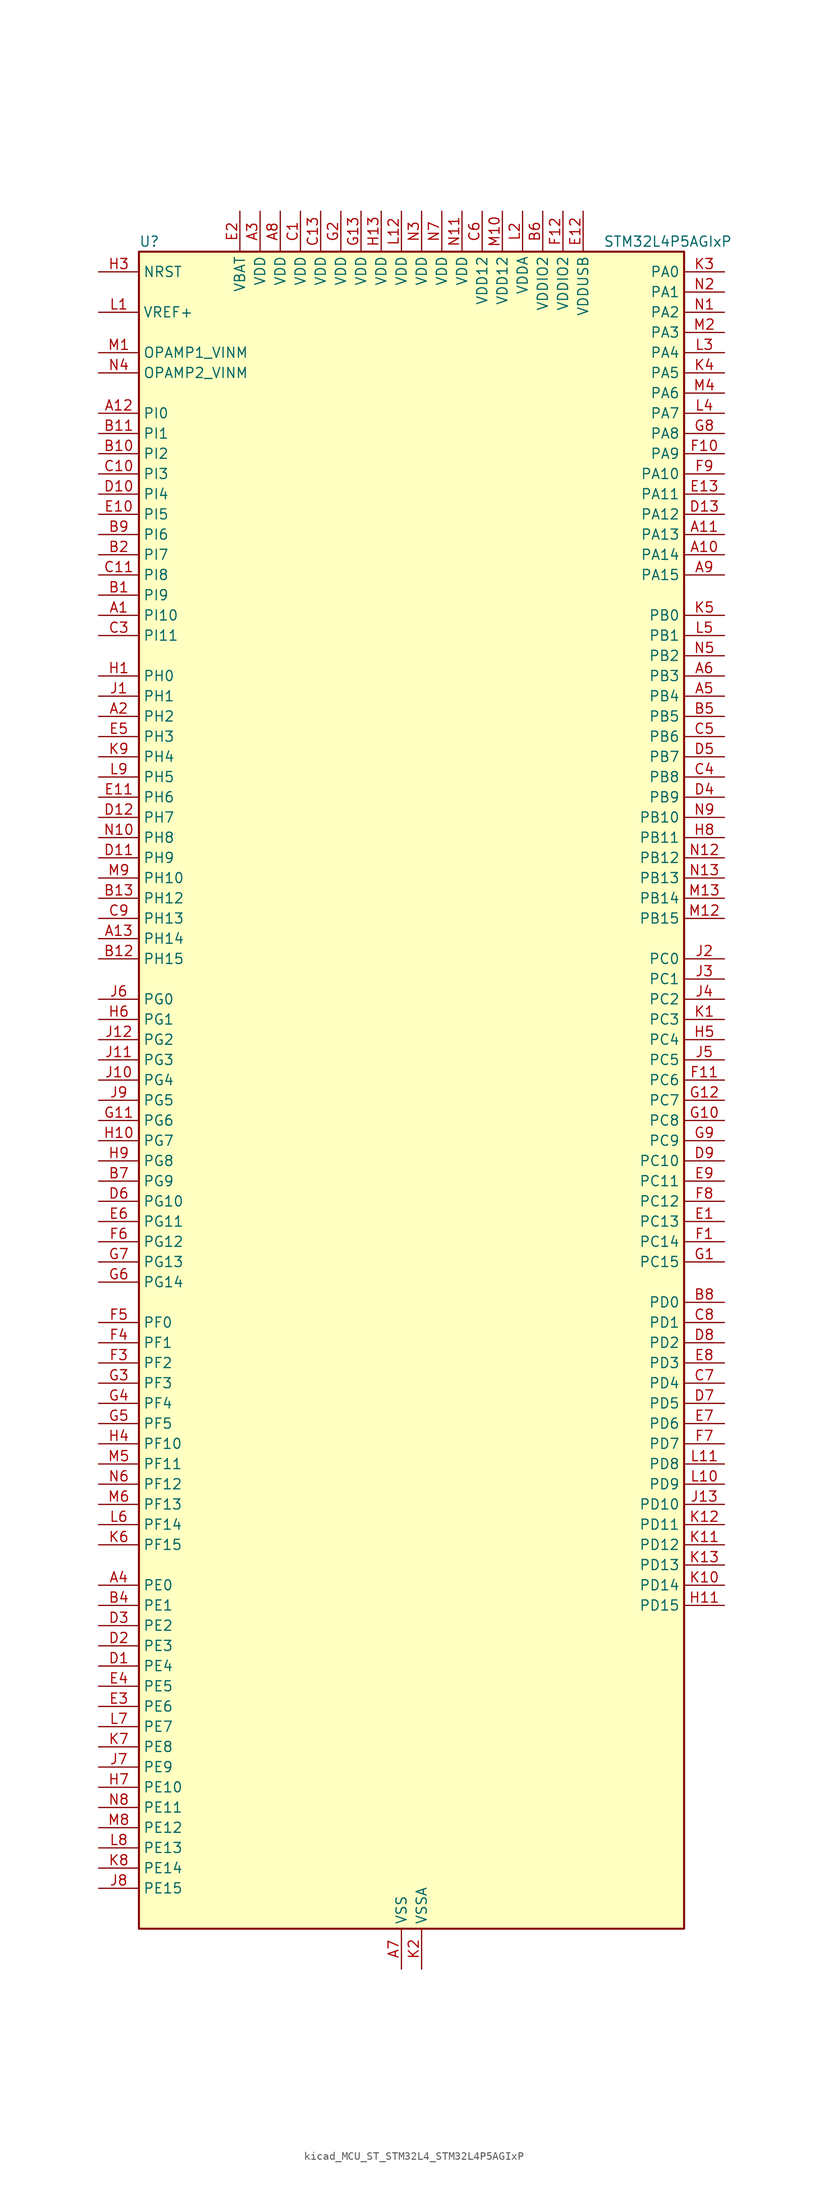
<source format=kicad_sym>
(kicad_symbol_lib
  (version 20220914)
  (generator kicad_symbol_editor)
  (symbol "kicad_MCU_ST_STM32L4_STM32L4P5AGIxP"
    (property "Reference" "U"
      (at -33.02 107.95 0)
      (effects (font (size 1.27 1.27)) (justify left)))
    (property "Value" "STM32L4P5AGIxP"
      (at 25.4 107.95 0)
      (effects (font (size 1.27 1.27)) (justify left)))
    (property "ki_locked" ""
      (at 0 0 0)
      (effects (font (size 1.27 1.27))))
    (symbol "kicad_MCU_ST_STM32L4_STM32L4P5AGIxP_0_1"
      (rectangle (start -33.02 -104.14) (end 35.56 106.68) (stroke (width 0.254) (type default)) (fill (type background))))
    (symbol "kicad_MCU_ST_STM32L4_STM32L4P5AGIxP_1_1"
      (pin bidirectional line (at -38.1 60.96 0) (length 5.08) (name "PI10" (effects (font (size 1.27 1.27)))) (number "A1" (effects (font (size 1.27 1.27)))) (alternate "OCTOSPIM_P2_IO1" bidirectional line) (alternate "PSSI_D14" bidirectional line))
      (pin bidirectional line (at 40.64 68.58 180) (length 5.08) (name "PA14" (effects (font (size 1.27 1.27)))) (number "A10" (effects (font (size 1.27 1.27)))) (alternate "I2C1_SMBA" bidirectional line) (alternate "I2C4_SMBA" bidirectional line) (alternate "LPTIM1_OUT" bidirectional line) (alternate "SAI1_FS_B" bidirectional line) (alternate "SYS_JTCK-SWCLK" bidirectional line) (alternate "USB_OTG_FS_SOF" bidirectional line))
      (pin bidirectional line (at 40.64 71.12 180) (length 5.08) (name "PA13" (effects (font (size 1.27 1.27)))) (number "A11" (effects (font (size 1.27 1.27)))) (alternate "IR_OUT" bidirectional line) (alternate "SAI1_SD_B" bidirectional line) (alternate "SYS_JTMS-SWDIO" bidirectional line) (alternate "USB_OTG_FS_NOE" bidirectional line))
      (pin bidirectional line (at -38.1 86.36 0) (length 5.08) (name "PI0" (effects (font (size 1.27 1.27)))) (number "A12" (effects (font (size 1.27 1.27)))) (alternate "DCMI_D13" bidirectional line) (alternate "OCTOSPIM_P1_IO5" bidirectional line) (alternate "PSSI_D13" bidirectional line) (alternate "SPI2_NSS" bidirectional line) (alternate "TIM5_CH4" bidirectional line))
      (pin bidirectional line (at -38.1 20.32 0) (length 5.08) (name "PH14" (effects (font (size 1.27 1.27)))) (number "A13" (effects (font (size 1.27 1.27)))) (alternate "DCMI_D4" bidirectional line) (alternate "PSSI_D4" bidirectional line) (alternate "TIM8_CH2N" bidirectional line))
      (pin bidirectional line (at -38.1 48.26 0) (length 5.08) (name "PH2" (effects (font (size 1.27 1.27)))) (number "A2" (effects (font (size 1.27 1.27)))) (alternate "OCTOSPIM_P1_IO4" bidirectional line))
      (pin power_in line (at -17.78 111.76 270) (length 5.08) (name "VDD" (effects (font (size 1.27 1.27)))) (number "A3" (effects (font (size 1.27 1.27)))))
      (pin bidirectional line (at -38.1 -60.96 0) (length 5.08) (name "PE0" (effects (font (size 1.27 1.27)))) (number "A4" (effects (font (size 1.27 1.27)))) (alternate "DCMI_D2" bidirectional line) (alternate "FMC_NBL0" bidirectional line) (alternate "LTDC_HSYNC" bidirectional line) (alternate "PSSI_D2" bidirectional line) (alternate "TIM16_CH1" bidirectional line) (alternate "TIM4_ETR" bidirectional line))
      (pin bidirectional line (at 40.64 50.8 180) (length 5.08) (name "PB4" (effects (font (size 1.27 1.27)))) (number "A5" (effects (font (size 1.27 1.27)))) (alternate "COMP2_INP" bidirectional line) (alternate "DCMI_D12" bidirectional line) (alternate "I2C3_SDA" bidirectional line) (alternate "OCTOSPIM_P1_IO5" bidirectional line) (alternate "PSSI_D12" bidirectional line) (alternate "SAI1_MCLK_B" bidirectional line) (alternate "SDMMC2_D3" bidirectional line) (alternate "SPI1_MISO" bidirectional line) (alternate "SPI3_MISO" bidirectional line) (alternate "SYS_JTRST" bidirectional line) (alternate "TIM17_BKIN" bidirectional line) (alternate "TIM3_CH1" bidirectional line) (alternate "TSC_G2_IO1" bidirectional line) (alternate "UART5_DE" bidirectional line) (alternate "UART5_RTS" bidirectional line) (alternate "USART1_CTS" bidirectional line) (alternate "USART1_NSS" bidirectional line))
      (pin bidirectional line (at 40.64 53.34 180) (length 5.08) (name "PB3" (effects (font (size 1.27 1.27)))) (number "A6" (effects (font (size 1.27 1.27)))) (alternate "COMP2_INM" bidirectional line) (alternate "CRS_SYNC" bidirectional line) (alternate "OCTOSPIM_P1_IO4" bidirectional line) (alternate "SAI1_SCK_B" bidirectional line) (alternate "SDMMC2_D2" bidirectional line) (alternate "SPI1_SCK" bidirectional line) (alternate "SPI3_SCK" bidirectional line) (alternate "SYS_JTDO-SWO" bidirectional line) (alternate "TIM2_CH2" bidirectional line) (alternate "USART1_DE" bidirectional line) (alternate "USART1_RTS" bidirectional line))
      (pin power_in line (at 0 -109.22 90) (length 5.08) (name "VSS" (effects (font (size 1.27 1.27)))) (number "A7" (effects (font (size 1.27 1.27)))))
      (pin power_in line (at -15.24 111.76 270) (length 5.08) (name "VDD" (effects (font (size 1.27 1.27)))) (number "A8" (effects (font (size 1.27 1.27)))))
      (pin bidirectional line (at 40.64 66.04 180) (length 5.08) (name "PA15" (effects (font (size 1.27 1.27)))) (number "A9" (effects (font (size 1.27 1.27)))) (alternate "ADC1_EXTI15" bidirectional line) (alternate "ADC2_EXTI15" bidirectional line) (alternate "LTDC_HSYNC" bidirectional line) (alternate "SAI2_FS_B" bidirectional line) (alternate "SPI1_NSS" bidirectional line) (alternate "SPI3_NSS" bidirectional line) (alternate "SYS_JTDI" bidirectional line) (alternate "TIM2_CH1" bidirectional line) (alternate "TIM2_ETR" bidirectional line) (alternate "TSC_G3_IO1" bidirectional line) (alternate "UART4_DE" bidirectional line) (alternate "UART4_RTS" bidirectional line) (alternate "USART2_RX" bidirectional line) (alternate "USART3_DE" bidirectional line) (alternate "USART3_RTS" bidirectional line))
      (pin bidirectional line (at -38.1 63.5 0) (length 5.08) (name "PI9" (effects (font (size 1.27 1.27)))) (number "B1" (effects (font (size 1.27 1.27)))) (alternate "CAN1_RX" bidirectional line) (alternate "DAC1_EXTI9" bidirectional line) (alternate "OCTOSPIM_P2_IO2" bidirectional line))
      (pin bidirectional line (at -38.1 81.28 0) (length 5.08) (name "PI2" (effects (font (size 1.27 1.27)))) (number "B10" (effects (font (size 1.27 1.27)))) (alternate "DCMI_D9" bidirectional line) (alternate "PSSI_D9" bidirectional line) (alternate "SPI2_MISO" bidirectional line) (alternate "TIM8_CH4" bidirectional line))
      (pin bidirectional line (at -38.1 83.82 0) (length 5.08) (name "PI1" (effects (font (size 1.27 1.27)))) (number "B11" (effects (font (size 1.27 1.27)))) (alternate "DCMI_D8" bidirectional line) (alternate "PSSI_D8" bidirectional line) (alternate "SPI2_SCK" bidirectional line))
      (pin bidirectional line (at -38.1 17.78 0) (length 5.08) (name "PH15" (effects (font (size 1.27 1.27)))) (number "B12" (effects (font (size 1.27 1.27)))) (alternate "ADC1_EXTI15" bidirectional line) (alternate "ADC2_EXTI15" bidirectional line) (alternate "DCMI_D11" bidirectional line) (alternate "OCTOSPIM_P2_IO6" bidirectional line) (alternate "PSSI_D11" bidirectional line) (alternate "TIM8_CH3N" bidirectional line))
      (pin bidirectional line (at -38.1 25.4 0) (length 5.08) (name "PH12" (effects (font (size 1.27 1.27)))) (number "B13" (effects (font (size 1.27 1.27)))) (alternate "DCMI_D3" bidirectional line) (alternate "OCTOSPIM_P2_IO7" bidirectional line) (alternate "PSSI_D3" bidirectional line) (alternate "TIM5_CH3" bidirectional line))
      (pin bidirectional line (at -38.1 68.58 0) (length 5.08) (name "PI7" (effects (font (size 1.27 1.27)))) (number "B2" (effects (font (size 1.27 1.27)))) (alternate "DCMI_D7" bidirectional line) (alternate "OCTOSPIM_P2_NCLK" bidirectional line) (alternate "PSSI_D7" bidirectional line) (alternate "TIM8_CH3" bidirectional line))
      (pin passive line (at 0 -109.22 90) (length 5.08) hide (name "VSS" (effects (font (size 1.27 1.27)))) (number "B3" (effects (font (size 1.27 1.27)))))
      (pin bidirectional line (at -38.1 -63.5 0) (length 5.08) (name "PE1" (effects (font (size 1.27 1.27)))) (number "B4" (effects (font (size 1.27 1.27)))) (alternate "DCMI_D3" bidirectional line) (alternate "FMC_NBL1" bidirectional line) (alternate "LTDC_VSYNC" bidirectional line) (alternate "PSSI_D3" bidirectional line) (alternate "TIM17_CH1" bidirectional line))
      (pin bidirectional line (at 40.64 48.26 180) (length 5.08) (name "PB5" (effects (font (size 1.27 1.27)))) (number "B5" (effects (font (size 1.27 1.27)))) (alternate "COMP2_OUT" bidirectional line) (alternate "DCMI_D10" bidirectional line) (alternate "I2C1_SMBA" bidirectional line) (alternate "LPTIM1_IN1" bidirectional line) (alternate "OCTOSPIM_P1_IO0" bidirectional line) (alternate "PSSI_D10" bidirectional line) (alternate "SAI1_SD_B" bidirectional line) (alternate "SPI1_MOSI" bidirectional line) (alternate "SPI3_MOSI" bidirectional line) (alternate "TIM16_BKIN" bidirectional line) (alternate "TIM3_CH2" bidirectional line) (alternate "TSC_G2_IO2" bidirectional line) (alternate "UART5_CTS" bidirectional line) (alternate "USART1_CK" bidirectional line))
      (pin power_in line (at 17.78 111.76 270) (length 5.08) (name "VDDIO2" (effects (font (size 1.27 1.27)))) (number "B6" (effects (font (size 1.27 1.27)))))
      (pin bidirectional line (at -38.1 -10.16 0) (length 5.08) (name "PG9" (effects (font (size 1.27 1.27)))) (number "B7" (effects (font (size 1.27 1.27)))) (alternate "DAC1_EXTI9" bidirectional line) (alternate "FMC_NCE" bidirectional line) (alternate "FMC_NE2" bidirectional line) (alternate "OCTOSPIM_P2_IO6" bidirectional line) (alternate "SAI2_SCK_A" bidirectional line) (alternate "SDMMC2_D0" bidirectional line) (alternate "SPI3_SCK" bidirectional line) (alternate "TIM15_CH1N" bidirectional line) (alternate "USART1_TX" bidirectional line))
      (pin bidirectional line (at 40.64 -25.4 180) (length 5.08) (name "PD0" (effects (font (size 1.27 1.27)))) (number "B8" (effects (font (size 1.27 1.27)))) (alternate "CAN1_RX" bidirectional line) (alternate "FMC_D2" bidirectional line) (alternate "FMC_DA2" bidirectional line) (alternate "LTDC_B4" bidirectional line) (alternate "SPI2_NSS" bidirectional line))
      (pin bidirectional line (at -38.1 71.12 0) (length 5.08) (name "PI6" (effects (font (size 1.27 1.27)))) (number "B9" (effects (font (size 1.27 1.27)))) (alternate "DCMI_D6" bidirectional line) (alternate "OCTOSPIM_P2_CLK" bidirectional line) (alternate "PSSI_D6" bidirectional line) (alternate "TIM8_CH2" bidirectional line))
      (pin power_in line (at -12.7 111.76 270) (length 5.08) (name "VDD" (effects (font (size 1.27 1.27)))) (number "C1" (effects (font (size 1.27 1.27)))))
      (pin bidirectional line (at -38.1 78.74 0) (length 5.08) (name "PI3" (effects (font (size 1.27 1.27)))) (number "C10" (effects (font (size 1.27 1.27)))) (alternate "DCMI_D10" bidirectional line) (alternate "PSSI_D10" bidirectional line) (alternate "SPI2_MOSI" bidirectional line) (alternate "TIM8_ETR" bidirectional line))
      (pin bidirectional line (at -38.1 66.04 0) (length 5.08) (name "PI8" (effects (font (size 1.27 1.27)))) (number "C11" (effects (font (size 1.27 1.27)))) (alternate "DCMI_D12" bidirectional line) (alternate "OCTOSPIM_P2_NCS" bidirectional line) (alternate "PSSI_D12" bidirectional line))
      (pin passive line (at 0 -109.22 90) (length 5.08) hide (name "VSS" (effects (font (size 1.27 1.27)))) (number "C12" (effects (font (size 1.27 1.27)))))
      (pin power_in line (at -10.16 111.76 270) (length 5.08) (name "VDD" (effects (font (size 1.27 1.27)))) (number "C13" (effects (font (size 1.27 1.27)))))
      (pin passive line (at 0 -109.22 90) (length 5.08) hide (name "VSS" (effects (font (size 1.27 1.27)))) (number "C2" (effects (font (size 1.27 1.27)))))
      (pin bidirectional line (at -38.1 58.42 0) (length 5.08) (name "PI11" (effects (font (size 1.27 1.27)))) (number "C3" (effects (font (size 1.27 1.27)))) (alternate "ADC1_EXTI11" bidirectional line) (alternate "ADC2_EXTI11" bidirectional line) (alternate "OCTOSPIM_P2_IO0" bidirectional line) (alternate "PSSI_D15" bidirectional line))
      (pin bidirectional line (at 40.64 40.64 180) (length 5.08) (name "PB8" (effects (font (size 1.27 1.27)))) (number "C4" (effects (font (size 1.27 1.27)))) (alternate "CAN1_RX" bidirectional line) (alternate "DCMI_D6" bidirectional line) (alternate "DFSDM1_CKOUT" bidirectional line) (alternate "I2C1_SCL" bidirectional line) (alternate "LTDC_DE" bidirectional line) (alternate "PSSI_D6" bidirectional line) (alternate "SAI1_CK1" bidirectional line) (alternate "SAI1_MCLK_A" bidirectional line) (alternate "SDMMC1_CKIN" bidirectional line) (alternate "SDMMC1_D4" bidirectional line) (alternate "SDMMC2_D4" bidirectional line) (alternate "TIM16_CH1" bidirectional line) (alternate "TIM4_CH3" bidirectional line))
      (pin bidirectional line (at 40.64 45.72 180) (length 5.08) (name "PB6" (effects (font (size 1.27 1.27)))) (number "C5" (effects (font (size 1.27 1.27)))) (alternate "COMP2_INP" bidirectional line) (alternate "DCMI_D5" bidirectional line) (alternate "I2C1_SCL" bidirectional line) (alternate "I2C4_SCL" bidirectional line) (alternate "LPTIM1_ETR" bidirectional line) (alternate "LTDC_R6" bidirectional line) (alternate "PSSI_D5" bidirectional line) (alternate "SAI1_FS_B" bidirectional line) (alternate "TIM16_CH1N" bidirectional line) (alternate "TIM4_CH1" bidirectional line) (alternate "TIM8_BKIN2" bidirectional line) (alternate "TSC_G2_IO3" bidirectional line) (alternate "USART1_TX" bidirectional line))
      (pin power_in line (at 10.16 111.76 270) (length 5.08) (name "VDD12" (effects (font (size 1.27 1.27)))) (number "C6" (effects (font (size 1.27 1.27)))))
      (pin bidirectional line (at 40.64 -35.56 180) (length 5.08) (name "PD4" (effects (font (size 1.27 1.27)))) (number "C7" (effects (font (size 1.27 1.27)))) (alternate "DFSDM1_CKIN0" bidirectional line) (alternate "FMC_NOE" bidirectional line) (alternate "OCTOSPIM_P1_IO4" bidirectional line) (alternate "SDMMC2_CKIN" bidirectional line) (alternate "SPI2_MOSI" bidirectional line) (alternate "USART2_DE" bidirectional line) (alternate "USART2_RTS" bidirectional line))
      (pin bidirectional line (at 40.64 -27.94 180) (length 5.08) (name "PD1" (effects (font (size 1.27 1.27)))) (number "C8" (effects (font (size 1.27 1.27)))) (alternate "CAN1_TX" bidirectional line) (alternate "FMC_D3" bidirectional line) (alternate "FMC_DA3" bidirectional line) (alternate "LTDC_B5" bidirectional line) (alternate "SPI2_SCK" bidirectional line))
      (pin bidirectional line (at -38.1 22.86 0) (length 5.08) (name "PH13" (effects (font (size 1.27 1.27)))) (number "C9" (effects (font (size 1.27 1.27)))) (alternate "CAN1_TX" bidirectional line) (alternate "TIM8_CH1N" bidirectional line))
      (pin bidirectional line (at -38.1 -71.12 0) (length 5.08) (name "PE4" (effects (font (size 1.27 1.27)))) (number "D1" (effects (font (size 1.27 1.27)))) (alternate "DCMI_D4" bidirectional line) (alternate "DFSDM1_DATIN3" bidirectional line) (alternate "FMC_A20" bidirectional line) (alternate "LTDC_B7" bidirectional line) (alternate "PSSI_D4" bidirectional line) (alternate "SAI1_D2" bidirectional line) (alternate "SAI1_FS_A" bidirectional line) (alternate "SYS_TRACED1" bidirectional line) (alternate "TIM3_CH2" bidirectional line) (alternate "TSC_G7_IO3" bidirectional line))
      (pin bidirectional line (at -38.1 76.2 0) (length 5.08) (name "PI4" (effects (font (size 1.27 1.27)))) (number "D10" (effects (font (size 1.27 1.27)))) (alternate "DCMI_D5" bidirectional line) (alternate "PSSI_D5" bidirectional line) (alternate "TIM8_BKIN" bidirectional line))
      (pin bidirectional line (at -38.1 30.48 0) (length 5.08) (name "PH9" (effects (font (size 1.27 1.27)))) (number "D11" (effects (font (size 1.27 1.27)))) (alternate "DAC1_EXTI9" bidirectional line) (alternate "DCMI_D0" bidirectional line) (alternate "I2C3_SMBA" bidirectional line) (alternate "OCTOSPIM_P2_IO4" bidirectional line) (alternate "PSSI_D0" bidirectional line))
      (pin bidirectional line (at -38.1 35.56 0) (length 5.08) (name "PH7" (effects (font (size 1.27 1.27)))) (number "D12" (effects (font (size 1.27 1.27)))) (alternate "DCMI_D9" bidirectional line) (alternate "I2C3_SCL" bidirectional line) (alternate "OCTOSPIM_P2_NCLK" bidirectional line) (alternate "PSSI_D9" bidirectional line))
      (pin bidirectional line (at 40.64 73.66 180) (length 5.08) (name "PA12" (effects (font (size 1.27 1.27)))) (number "D13" (effects (font (size 1.27 1.27)))) (alternate "CAN1_TX" bidirectional line) (alternate "LTDC_VSYNC" bidirectional line) (alternate "OCTOSPIM_P2_NCS" bidirectional line) (alternate "SPI1_MOSI" bidirectional line) (alternate "TIM1_ETR" bidirectional line) (alternate "USART1_DE" bidirectional line) (alternate "USART1_RTS" bidirectional line) (alternate "USB_OTG_FS_DP" bidirectional line))
      (pin bidirectional line (at -38.1 -68.58 0) (length 5.08) (name "PE3" (effects (font (size 1.27 1.27)))) (number "D2" (effects (font (size 1.27 1.27)))) (alternate "FMC_A19" bidirectional line) (alternate "LTDC_R6" bidirectional line) (alternate "OCTOSPIM_P1_DQS" bidirectional line) (alternate "SAI1_SD_B" bidirectional line) (alternate "SYS_TRACED0" bidirectional line) (alternate "TIM3_CH1" bidirectional line) (alternate "TSC_G7_IO2" bidirectional line))
      (pin bidirectional line (at -38.1 -66.04 0) (length 5.08) (name "PE2" (effects (font (size 1.27 1.27)))) (number "D3" (effects (font (size 1.27 1.27)))) (alternate "FMC_A23" bidirectional line) (alternate "LTDC_R7" bidirectional line) (alternate "SAI1_CK1" bidirectional line) (alternate "SAI1_MCLK_A" bidirectional line) (alternate "SYS_TRACECLK" bidirectional line) (alternate "TIM3_ETR" bidirectional line) (alternate "TSC_G7_IO1" bidirectional line))
      (pin bidirectional line (at 40.64 38.1 180) (length 5.08) (name "PB9" (effects (font (size 1.27 1.27)))) (number "D4" (effects (font (size 1.27 1.27)))) (alternate "CAN1_TX" bidirectional line) (alternate "DAC1_EXTI9" bidirectional line) (alternate "DCMI_D7" bidirectional line) (alternate "I2C1_SDA" bidirectional line) (alternate "IR_OUT" bidirectional line) (alternate "PSSI_D7" bidirectional line) (alternate "SAI1_D2" bidirectional line) (alternate "SAI1_FS_A" bidirectional line) (alternate "SDMMC1_CDIR" bidirectional line) (alternate "SDMMC1_D5" bidirectional line) (alternate "SDMMC2_D5" bidirectional line) (alternate "SPI2_NSS" bidirectional line) (alternate "TIM17_CH1" bidirectional line) (alternate "TIM4_CH4" bidirectional line))
      (pin bidirectional line (at 40.64 43.18 180) (length 5.08) (name "PB7" (effects (font (size 1.27 1.27)))) (number "D5" (effects (font (size 1.27 1.27)))) (alternate "COMP2_INM" bidirectional line) (alternate "DCMI_VSYNC" bidirectional line) (alternate "FMC_NL" bidirectional line) (alternate "I2C1_SDA" bidirectional line) (alternate "I2C4_SDA" bidirectional line) (alternate "LPTIM1_IN2" bidirectional line) (alternate "LTDC_VSYNC" bidirectional line) (alternate "PSSI_RDY" bidirectional line) (alternate "SYS_PVD_IN" bidirectional line) (alternate "TIM17_CH1N" bidirectional line) (alternate "TIM4_CH2" bidirectional line) (alternate "TIM8_BKIN" bidirectional line) (alternate "TSC_G2_IO4" bidirectional line) (alternate "UART4_CTS" bidirectional line) (alternate "USART1_RX" bidirectional line))
      (pin bidirectional line (at -38.1 -12.7 0) (length 5.08) (name "PG10" (effects (font (size 1.27 1.27)))) (number "D6" (effects (font (size 1.27 1.27)))) (alternate "FMC_NE3" bidirectional line) (alternate "LPTIM1_IN1" bidirectional line) (alternate "OCTOSPIM_P2_IO7" bidirectional line) (alternate "SAI2_FS_A" bidirectional line) (alternate "SDMMC2_D1" bidirectional line) (alternate "SPI3_MISO" bidirectional line) (alternate "TIM15_CH1" bidirectional line) (alternate "USART1_RX" bidirectional line))
      (pin bidirectional line (at 40.64 -38.1 180) (length 5.08) (name "PD5" (effects (font (size 1.27 1.27)))) (number "D7" (effects (font (size 1.27 1.27)))) (alternate "FMC_NWE" bidirectional line) (alternate "OCTOSPIM_P1_IO5" bidirectional line) (alternate "USART2_TX" bidirectional line))
      (pin bidirectional line (at 40.64 -30.48 180) (length 5.08) (name "PD2" (effects (font (size 1.27 1.27)))) (number "D8" (effects (font (size 1.27 1.27)))) (alternate "DCMI_D11" bidirectional line) (alternate "PSSI_D11" bidirectional line) (alternate "SDMMC1_CMD" bidirectional line) (alternate "SYS_TRACED2" bidirectional line) (alternate "TIM3_ETR" bidirectional line) (alternate "TSC_SYNC" bidirectional line) (alternate "UART5_RX" bidirectional line) (alternate "USART3_DE" bidirectional line) (alternate "USART3_RTS" bidirectional line))
      (pin bidirectional line (at 40.64 -7.62 180) (length 5.08) (name "PC10" (effects (font (size 1.27 1.27)))) (number "D9" (effects (font (size 1.27 1.27)))) (alternate "DCMI_D8" bidirectional line) (alternate "DCMI_VSYNC" bidirectional line) (alternate "PSSI_D8" bidirectional line) (alternate "PSSI_RDY" bidirectional line) (alternate "SAI2_SCK_B" bidirectional line) (alternate "SDMMC1_D2" bidirectional line) (alternate "SPI3_SCK" bidirectional line) (alternate "SYS_TRACED1" bidirectional line) (alternate "TSC_G3_IO2" bidirectional line) (alternate "UART4_TX" bidirectional line) (alternate "USART3_TX" bidirectional line))
      (pin bidirectional line (at 40.64 -15.24 180) (length 5.08) (name "PC13" (effects (font (size 1.27 1.27)))) (number "E1" (effects (font (size 1.27 1.27)))) (alternate "RTC_OUT1" bidirectional line) (alternate "RTC_TAMP1" bidirectional line) (alternate "RTC_TS" bidirectional line) (alternate "SYS_WKUP2" bidirectional line))
      (pin bidirectional line (at -38.1 73.66 0) (length 5.08) (name "PI5" (effects (font (size 1.27 1.27)))) (number "E10" (effects (font (size 1.27 1.27)))) (alternate "DCMI_VSYNC" bidirectional line) (alternate "OCTOSPIM_P2_NCS" bidirectional line) (alternate "PSSI_RDY" bidirectional line) (alternate "TIM8_CH1" bidirectional line))
      (pin bidirectional line (at -38.1 38.1 0) (length 5.08) (name "PH6" (effects (font (size 1.27 1.27)))) (number "E11" (effects (font (size 1.27 1.27)))) (alternate "DCMI_D8" bidirectional line) (alternate "I2C2_SMBA" bidirectional line) (alternate "OCTOSPIM_P2_CLK" bidirectional line) (alternate "PSSI_D8" bidirectional line))
      (pin power_in line (at 22.86 111.76 270) (length 5.08) (name "VDDUSB" (effects (font (size 1.27 1.27)))) (number "E12" (effects (font (size 1.27 1.27)))))
      (pin bidirectional line (at 40.64 76.2 180) (length 5.08) (name "PA11" (effects (font (size 1.27 1.27)))) (number "E13" (effects (font (size 1.27 1.27)))) (alternate "ADC1_EXTI11" bidirectional line) (alternate "ADC2_EXTI11" bidirectional line) (alternate "CAN1_RX" bidirectional line) (alternate "LTDC_DE" bidirectional line) (alternate "SPI1_MISO" bidirectional line) (alternate "TIM1_BKIN2" bidirectional line) (alternate "TIM1_CH4" bidirectional line) (alternate "USART1_CTS" bidirectional line) (alternate "USART1_NSS" bidirectional line) (alternate "USB_OTG_FS_DM" bidirectional line))
      (pin power_in line (at -20.32 111.76 270) (length 5.08) (name "VBAT" (effects (font (size 1.27 1.27)))) (number "E2" (effects (font (size 1.27 1.27)))))
      (pin bidirectional line (at -38.1 -76.2 0) (length 5.08) (name "PE6" (effects (font (size 1.27 1.27)))) (number "E3" (effects (font (size 1.27 1.27)))) (alternate "DCMI_D7" bidirectional line) (alternate "FMC_A22" bidirectional line) (alternate "LTDC_G6" bidirectional line) (alternate "PSSI_D7" bidirectional line) (alternate "RTC_TAMP3" bidirectional line) (alternate "SAI1_D1" bidirectional line) (alternate "SAI1_SD_A" bidirectional line) (alternate "SYS_TRACED3" bidirectional line) (alternate "SYS_WKUP3" bidirectional line) (alternate "TIM3_CH4" bidirectional line))
      (pin bidirectional line (at -38.1 -73.66 0) (length 5.08) (name "PE5" (effects (font (size 1.27 1.27)))) (number "E4" (effects (font (size 1.27 1.27)))) (alternate "DCMI_D6" bidirectional line) (alternate "DFSDM1_CKIN3" bidirectional line) (alternate "FMC_A21" bidirectional line) (alternate "LTDC_G7" bidirectional line) (alternate "PSSI_D6" bidirectional line) (alternate "SAI1_CK2" bidirectional line) (alternate "SAI1_SCK_A" bidirectional line) (alternate "SYS_TRACED2" bidirectional line) (alternate "TIM3_CH3" bidirectional line) (alternate "TSC_G7_IO4" bidirectional line))
      (pin bidirectional line (at -38.1 45.72 0) (length 5.08) (name "PH3" (effects (font (size 1.27 1.27)))) (number "E5" (effects (font (size 1.27 1.27)))))
      (pin bidirectional line (at -38.1 -15.24 0) (length 5.08) (name "PG11" (effects (font (size 1.27 1.27)))) (number "E6" (effects (font (size 1.27 1.27)))) (alternate "ADC1_EXTI11" bidirectional line) (alternate "ADC2_EXTI11" bidirectional line) (alternate "LPTIM1_IN2" bidirectional line) (alternate "OCTOSPIM_P1_IO5" bidirectional line) (alternate "SAI2_MCLK_A" bidirectional line) (alternate "SDMMC2_D2" bidirectional line) (alternate "SPI3_MOSI" bidirectional line) (alternate "TIM15_CH2" bidirectional line) (alternate "USART1_CTS" bidirectional line) (alternate "USART1_NSS" bidirectional line))
      (pin bidirectional line (at 40.64 -40.64 180) (length 5.08) (name "PD6" (effects (font (size 1.27 1.27)))) (number "E7" (effects (font (size 1.27 1.27)))) (alternate "DCMI_D10" bidirectional line) (alternate "DFSDM1_DATIN1" bidirectional line) (alternate "FMC_NWAIT" bidirectional line) (alternate "LTDC_DE" bidirectional line) (alternate "OCTOSPIM_P1_IO6" bidirectional line) (alternate "PSSI_D10" bidirectional line) (alternate "SAI1_D1" bidirectional line) (alternate "SAI1_SD_A" bidirectional line) (alternate "SDMMC2_CK" bidirectional line) (alternate "SPI3_MOSI" bidirectional line) (alternate "USART2_RX" bidirectional line))
      (pin bidirectional line (at 40.64 -33.02 180) (length 5.08) (name "PD3" (effects (font (size 1.27 1.27)))) (number "E8" (effects (font (size 1.27 1.27)))) (alternate "DCMI_D5" bidirectional line) (alternate "DFSDM1_DATIN0" bidirectional line) (alternate "FMC_CLK" bidirectional line) (alternate "LTDC_CLK" bidirectional line) (alternate "OCTOSPIM_P2_NCS" bidirectional line) (alternate "PSSI_D5" bidirectional line) (alternate "SPI2_MISO" bidirectional line) (alternate "SPI2_SCK" bidirectional line) (alternate "USART2_CTS" bidirectional line) (alternate "USART2_NSS" bidirectional line))
      (pin bidirectional line (at 40.64 -10.16 180) (length 5.08) (name "PC11" (effects (font (size 1.27 1.27)))) (number "E9" (effects (font (size 1.27 1.27)))) (alternate "ADC1_EXTI11" bidirectional line) (alternate "ADC2_EXTI11" bidirectional line) (alternate "DCMI_D2" bidirectional line) (alternate "DCMI_D4" bidirectional line) (alternate "OCTOSPIM_P1_NCS" bidirectional line) (alternate "PSSI_D2" bidirectional line) (alternate "PSSI_D4" bidirectional line) (alternate "SAI2_MCLK_B" bidirectional line) (alternate "SDMMC1_D3" bidirectional line) (alternate "SPI3_MISO" bidirectional line) (alternate "TSC_G3_IO3" bidirectional line) (alternate "UART4_RX" bidirectional line) (alternate "USART3_RX" bidirectional line))
      (pin bidirectional line (at 40.64 -17.78 180) (length 5.08) (name "PC14" (effects (font (size 1.27 1.27)))) (number "F1" (effects (font (size 1.27 1.27)))) (alternate "RCC_OSC32_IN" bidirectional line))
      (pin bidirectional line (at 40.64 81.28 180) (length 5.08) (name "PA9" (effects (font (size 1.27 1.27)))) (number "F10" (effects (font (size 1.27 1.27)))) (alternate "DAC1_EXTI9" bidirectional line) (alternate "DCMI_D0" bidirectional line) (alternate "LTDC_G7" bidirectional line) (alternate "PSSI_D0" bidirectional line) (alternate "SAI1_FS_A" bidirectional line) (alternate "SPI2_SCK" bidirectional line) (alternate "TIM15_BKIN" bidirectional line) (alternate "TIM1_CH2" bidirectional line) (alternate "USART1_TX" bidirectional line) (alternate "USB_OTG_FS_VBUS" bidirectional line))
      (pin bidirectional line (at 40.64 2.54 180) (length 5.08) (name "PC6" (effects (font (size 1.27 1.27)))) (number "F11" (effects (font (size 1.27 1.27)))) (alternate "DCMI_D0" bidirectional line) (alternate "DFSDM1_CKIN3" bidirectional line) (alternate "LTDC_G7" bidirectional line) (alternate "PSSI_D0" bidirectional line) (alternate "SAI2_MCLK_A" bidirectional line) (alternate "SDMMC1_D0DIR" bidirectional line) (alternate "SDMMC1_D6" bidirectional line) (alternate "SDMMC2_D6" bidirectional line) (alternate "TIM3_CH1" bidirectional line) (alternate "TIM8_CH1" bidirectional line) (alternate "TSC_G4_IO1" bidirectional line))
      (pin power_in line (at 20.32 111.76 270) (length 5.08) (name "VDDIO2" (effects (font (size 1.27 1.27)))) (number "F12" (effects (font (size 1.27 1.27)))))
      (pin passive line (at 0 -109.22 90) (length 5.08) hide (name "VSS" (effects (font (size 1.27 1.27)))) (number "F13" (effects (font (size 1.27 1.27)))))
      (pin passive line (at 0 -109.22 90) (length 5.08) hide (name "VSS" (effects (font (size 1.27 1.27)))) (number "F2" (effects (font (size 1.27 1.27)))))
      (pin bidirectional line (at -38.1 -33.02 0) (length 5.08) (name "PF2" (effects (font (size 1.27 1.27)))) (number "F3" (effects (font (size 1.27 1.27)))) (alternate "FMC_A2" bidirectional line) (alternate "I2C2_SMBA" bidirectional line) (alternate "OCTOSPIM_P2_IO2" bidirectional line))
      (pin bidirectional line (at -38.1 -30.48 0) (length 5.08) (name "PF1" (effects (font (size 1.27 1.27)))) (number "F4" (effects (font (size 1.27 1.27)))) (alternate "FMC_A1" bidirectional line) (alternate "I2C2_SCL" bidirectional line) (alternate "OCTOSPIM_P2_IO1" bidirectional line))
      (pin bidirectional line (at -38.1 -27.94 0) (length 5.08) (name "PF0" (effects (font (size 1.27 1.27)))) (number "F5" (effects (font (size 1.27 1.27)))) (alternate "FMC_A0" bidirectional line) (alternate "I2C2_SDA" bidirectional line) (alternate "OCTOSPIM_P2_IO0" bidirectional line))
      (pin bidirectional line (at -38.1 -17.78 0) (length 5.08) (name "PG12" (effects (font (size 1.27 1.27)))) (number "F6" (effects (font (size 1.27 1.27)))) (alternate "FMC_NE4" bidirectional line) (alternate "LPTIM1_ETR" bidirectional line) (alternate "OCTOSPIM_P2_NCS" bidirectional line) (alternate "SAI2_SD_A" bidirectional line) (alternate "SDMMC2_D3" bidirectional line) (alternate "SPI3_NSS" bidirectional line) (alternate "USART1_DE" bidirectional line) (alternate "USART1_RTS" bidirectional line))
      (pin bidirectional line (at 40.64 -43.18 180) (length 5.08) (name "PD7" (effects (font (size 1.27 1.27)))) (number "F7" (effects (font (size 1.27 1.27)))) (alternate "DFSDM1_CKIN1" bidirectional line) (alternate "FMC_NCE" bidirectional line) (alternate "FMC_NE1" bidirectional line) (alternate "OCTOSPIM_P1_IO7" bidirectional line) (alternate "SDMMC2_CMD" bidirectional line) (alternate "USART2_CK" bidirectional line))
      (pin bidirectional line (at 40.64 -12.7 180) (length 5.08) (name "PC12" (effects (font (size 1.27 1.27)))) (number "F8" (effects (font (size 1.27 1.27)))) (alternate "DCMI_D9" bidirectional line) (alternate "LTDC_R6" bidirectional line) (alternate "PSSI_D9" bidirectional line) (alternate "SAI2_SD_B" bidirectional line) (alternate "SDMMC1_CK" bidirectional line) (alternate "SPI3_MOSI" bidirectional line) (alternate "SYS_TRACED3" bidirectional line) (alternate "TSC_G3_IO4" bidirectional line) (alternate "UART5_TX" bidirectional line) (alternate "USART3_CK" bidirectional line))
      (pin bidirectional line (at 40.64 78.74 180) (length 5.08) (name "PA10" (effects (font (size 1.27 1.27)))) (number "F9" (effects (font (size 1.27 1.27)))) (alternate "DCMI_D1" bidirectional line) (alternate "LTDC_G6" bidirectional line) (alternate "PSSI_D1" bidirectional line) (alternate "SAI1_D1" bidirectional line) (alternate "SAI1_SD_A" bidirectional line) (alternate "TIM17_BKIN" bidirectional line) (alternate "TIM1_CH3" bidirectional line) (alternate "USART1_RX" bidirectional line) (alternate "USB_OTG_FS_ID" bidirectional line))
      (pin bidirectional line (at 40.64 -20.32 180) (length 5.08) (name "PC15" (effects (font (size 1.27 1.27)))) (number "G1" (effects (font (size 1.27 1.27)))) (alternate "ADC1_EXTI15" bidirectional line) (alternate "ADC2_EXTI15" bidirectional line) (alternate "RCC_OSC32_OUT" bidirectional line))
      (pin bidirectional line (at 40.64 -2.54 180) (length 5.08) (name "PC8" (effects (font (size 1.27 1.27)))) (number "G10" (effects (font (size 1.27 1.27)))) (alternate "DCMI_D2" bidirectional line) (alternate "PSSI_D2" bidirectional line) (alternate "SDMMC1_D0" bidirectional line) (alternate "TIM3_CH3" bidirectional line) (alternate "TIM8_CH3" bidirectional line) (alternate "TSC_G4_IO3" bidirectional line))
      (pin bidirectional line (at -38.1 -2.54 0) (length 5.08) (name "PG6" (effects (font (size 1.27 1.27)))) (number "G11" (effects (font (size 1.27 1.27)))) (alternate "I2C3_SMBA" bidirectional line) (alternate "LPUART1_DE" bidirectional line) (alternate "LPUART1_RTS" bidirectional line) (alternate "LTDC_R1" bidirectional line) (alternate "OCTOSPIM_P1_DQS" bidirectional line))
      (pin bidirectional line (at 40.64 0 180) (length 5.08) (name "PC7" (effects (font (size 1.27 1.27)))) (number "G12" (effects (font (size 1.27 1.27)))) (alternate "DCMI_D1" bidirectional line) (alternate "DFSDM1_DATIN3" bidirectional line) (alternate "LTDC_B6" bidirectional line) (alternate "PSSI_D1" bidirectional line) (alternate "SAI2_MCLK_B" bidirectional line) (alternate "SDMMC1_D123DIR" bidirectional line) (alternate "SDMMC1_D7" bidirectional line) (alternate "SDMMC2_D7" bidirectional line) (alternate "TIM3_CH2" bidirectional line) (alternate "TIM8_CH2" bidirectional line) (alternate "TSC_G4_IO2" bidirectional line))
      (pin power_in line (at -5.08 111.76 270) (length 5.08) (name "VDD" (effects (font (size 1.27 1.27)))) (number "G13" (effects (font (size 1.27 1.27)))))
      (pin power_in line (at -7.62 111.76 270) (length 5.08) (name "VDD" (effects (font (size 1.27 1.27)))) (number "G2" (effects (font (size 1.27 1.27)))))
      (pin bidirectional line (at -38.1 -35.56 0) (length 5.08) (name "PF3" (effects (font (size 1.27 1.27)))) (number "G3" (effects (font (size 1.27 1.27)))) (alternate "FMC_A3" bidirectional line) (alternate "OCTOSPIM_P2_IO3" bidirectional line))
      (pin bidirectional line (at -38.1 -38.1 0) (length 5.08) (name "PF4" (effects (font (size 1.27 1.27)))) (number "G4" (effects (font (size 1.27 1.27)))) (alternate "FMC_A4" bidirectional line) (alternate "OCTOSPIM_P2_CLK" bidirectional line))
      (pin bidirectional line (at -38.1 -40.64 0) (length 5.08) (name "PF5" (effects (font (size 1.27 1.27)))) (number "G5" (effects (font (size 1.27 1.27)))) (alternate "FMC_A5" bidirectional line) (alternate "OCTOSPIM_P2_NCLK" bidirectional line))
      (pin bidirectional line (at -38.1 -22.86 0) (length 5.08) (name "PG14" (effects (font (size 1.27 1.27)))) (number "G6" (effects (font (size 1.27 1.27)))) (alternate "FMC_A25" bidirectional line) (alternate "I2C1_SCL" bidirectional line) (alternate "LTDC_R1" bidirectional line))
      (pin bidirectional line (at -38.1 -20.32 0) (length 5.08) (name "PG13" (effects (font (size 1.27 1.27)))) (number "G7" (effects (font (size 1.27 1.27)))) (alternate "FMC_A24" bidirectional line) (alternate "I2C1_SDA" bidirectional line) (alternate "LTDC_R0" bidirectional line) (alternate "USART1_CK" bidirectional line))
      (pin bidirectional line (at 40.64 83.82 180) (length 5.08) (name "PA8" (effects (font (size 1.27 1.27)))) (number "G8" (effects (font (size 1.27 1.27)))) (alternate "LPTIM2_OUT" bidirectional line) (alternate "LTDC_B7" bidirectional line) (alternate "RCC_MCO" bidirectional line) (alternate "SAI1_CK2" bidirectional line) (alternate "SAI1_SCK_A" bidirectional line) (alternate "TIM1_CH1" bidirectional line) (alternate "USART1_CK" bidirectional line) (alternate "USB_OTG_FS_SOF" bidirectional line))
      (pin bidirectional line (at 40.64 -5.08 180) (length 5.08) (name "PC9" (effects (font (size 1.27 1.27)))) (number "G9" (effects (font (size 1.27 1.27)))) (alternate "DAC1_EXTI9" bidirectional line) (alternate "DCMI_D3" bidirectional line) (alternate "I2C3_SDA" bidirectional line) (alternate "PSSI_D3" bidirectional line) (alternate "SAI2_EXTCLK" bidirectional line) (alternate "SDMMC1_D1" bidirectional line) (alternate "SYS_TRACED0" bidirectional line) (alternate "TIM3_CH4" bidirectional line) (alternate "TIM8_BKIN2" bidirectional line) (alternate "TIM8_CH4" bidirectional line) (alternate "TSC_G4_IO4" bidirectional line) (alternate "USB_OTG_FS_NOE" bidirectional line))
      (pin bidirectional line (at -38.1 53.34 0) (length 5.08) (name "PH0" (effects (font (size 1.27 1.27)))) (number "H1" (effects (font (size 1.27 1.27)))) (alternate "RCC_OSC_IN" bidirectional line))
      (pin bidirectional line (at -38.1 -5.08 0) (length 5.08) (name "PG7" (effects (font (size 1.27 1.27)))) (number "H10" (effects (font (size 1.27 1.27)))) (alternate "DFSDM1_CKOUT" bidirectional line) (alternate "FMC_INT" bidirectional line) (alternate "I2C3_SCL" bidirectional line) (alternate "LPUART1_TX" bidirectional line) (alternate "OCTOSPIM_P2_DQS" bidirectional line) (alternate "SAI1_CK1" bidirectional line) (alternate "SAI1_MCLK_A" bidirectional line))
      (pin bidirectional line (at 40.64 -63.5 180) (length 5.08) (name "PD15" (effects (font (size 1.27 1.27)))) (number "H11" (effects (font (size 1.27 1.27)))) (alternate "ADC1_EXTI15" bidirectional line) (alternate "ADC2_EXTI15" bidirectional line) (alternate "FMC_D1" bidirectional line) (alternate "FMC_DA1" bidirectional line) (alternate "LTDC_B3" bidirectional line) (alternate "TIM4_CH4" bidirectional line))
      (pin passive line (at 0 -109.22 90) (length 5.08) hide (name "VSS" (effects (font (size 1.27 1.27)))) (number "H12" (effects (font (size 1.27 1.27)))))
      (pin power_in line (at -2.54 111.76 270) (length 5.08) (name "VDD" (effects (font (size 1.27 1.27)))) (number "H13" (effects (font (size 1.27 1.27)))))
      (pin passive line (at 0 -109.22 90) (length 5.08) hide (name "VSS" (effects (font (size 1.27 1.27)))) (number "H2" (effects (font (size 1.27 1.27)))))
      (pin input line (at -38.1 104.14 0) (length 5.08) (name "NRST" (effects (font (size 1.27 1.27)))) (number "H3" (effects (font (size 1.27 1.27)))))
      (pin bidirectional line (at -38.1 -43.18 0) (length 5.08) (name "PF10" (effects (font (size 1.27 1.27)))) (number "H4" (effects (font (size 1.27 1.27)))) (alternate "DCMI_D11" bidirectional line) (alternate "DFSDM1_CKOUT" bidirectional line) (alternate "OCTOSPIM_P1_CLK" bidirectional line) (alternate "PSSI_D11" bidirectional line) (alternate "PSSI_D15" bidirectional line) (alternate "SAI1_D3" bidirectional line) (alternate "TIM15_CH2" bidirectional line))
      (pin bidirectional line (at 40.64 7.62 180) (length 5.08) (name "PC4" (effects (font (size 1.27 1.27)))) (number "H5" (effects (font (size 1.27 1.27)))) (alternate "ADC1_IN13" bidirectional line) (alternate "ADC2_IN13" bidirectional line) (alternate "COMP1_INM" bidirectional line) (alternate "OCTOSPIM_P1_IO7" bidirectional line) (alternate "OCTOSPIM_P2_NCS" bidirectional line) (alternate "USART3_TX" bidirectional line))
      (pin bidirectional line (at -38.1 10.16 0) (length 5.08) (name "PG1" (effects (font (size 1.27 1.27)))) (number "H6" (effects (font (size 1.27 1.27)))) (alternate "FMC_A11" bidirectional line) (alternate "OCTOSPIM_P2_IO5" bidirectional line) (alternate "TSC_G8_IO4" bidirectional line))
      (pin bidirectional line (at -38.1 -86.36 0) (length 5.08) (name "PE10" (effects (font (size 1.27 1.27)))) (number "H7" (effects (font (size 1.27 1.27)))) (alternate "FMC_D7" bidirectional line) (alternate "FMC_DA7" bidirectional line) (alternate "LTDC_G3" bidirectional line) (alternate "OCTOSPIM_P1_CLK" bidirectional line) (alternate "SAI1_MCLK_B" bidirectional line) (alternate "TIM1_CH2N" bidirectional line) (alternate "TSC_G5_IO1" bidirectional line))
      (pin bidirectional line (at 40.64 33.02 180) (length 5.08) (name "PB11" (effects (font (size 1.27 1.27)))) (number "H8" (effects (font (size 1.27 1.27)))) (alternate "ADC1_EXTI11" bidirectional line) (alternate "ADC2_EXTI11" bidirectional line) (alternate "COMP2_OUT" bidirectional line) (alternate "I2C2_SDA" bidirectional line) (alternate "I2C4_SDA" bidirectional line) (alternate "LPUART1_TX" bidirectional line) (alternate "LTDC_VSYNC" bidirectional line) (alternate "OCTOSPIM_P1_NCS" bidirectional line) (alternate "TIM2_CH4" bidirectional line) (alternate "USART3_RX" bidirectional line))
      (pin bidirectional line (at -38.1 -7.62 0) (length 5.08) (name "PG8" (effects (font (size 1.27 1.27)))) (number "H9" (effects (font (size 1.27 1.27)))) (alternate "I2C3_SDA" bidirectional line) (alternate "LPUART1_RX" bidirectional line))
      (pin bidirectional line (at -38.1 50.8 0) (length 5.08) (name "PH1" (effects (font (size 1.27 1.27)))) (number "J1" (effects (font (size 1.27 1.27)))) (alternate "RCC_OSC_OUT" bidirectional line))
      (pin bidirectional line (at -38.1 2.54 0) (length 5.08) (name "PG4" (effects (font (size 1.27 1.27)))) (number "J10" (effects (font (size 1.27 1.27)))) (alternate "FMC_A14" bidirectional line) (alternate "SAI2_MCLK_B" bidirectional line) (alternate "SDMMC2_D6" bidirectional line) (alternate "SPI1_MOSI" bidirectional line))
      (pin bidirectional line (at -38.1 5.08 0) (length 5.08) (name "PG3" (effects (font (size 1.27 1.27)))) (number "J11" (effects (font (size 1.27 1.27)))) (alternate "FMC_A13" bidirectional line) (alternate "SAI2_FS_B" bidirectional line) (alternate "SDMMC2_D5" bidirectional line) (alternate "SPI1_MISO" bidirectional line))
      (pin bidirectional line (at -38.1 7.62 0) (length 5.08) (name "PG2" (effects (font (size 1.27 1.27)))) (number "J12" (effects (font (size 1.27 1.27)))) (alternate "FMC_A12" bidirectional line) (alternate "SAI2_SCK_B" bidirectional line) (alternate "SDMMC2_D4" bidirectional line) (alternate "SPI1_SCK" bidirectional line))
      (pin bidirectional line (at 40.64 -50.8 180) (length 5.08) (name "PD10" (effects (font (size 1.27 1.27)))) (number "J13" (effects (font (size 1.27 1.27)))) (alternate "FMC_D15" bidirectional line) (alternate "FMC_DA15" bidirectional line) (alternate "LTDC_R5" bidirectional line) (alternate "SAI2_SCK_A" bidirectional line) (alternate "TSC_G6_IO1" bidirectional line) (alternate "USART3_CK" bidirectional line))
      (pin bidirectional line (at 40.64 17.78 180) (length 5.08) (name "PC0" (effects (font (size 1.27 1.27)))) (number "J2" (effects (font (size 1.27 1.27)))) (alternate "ADC1_IN1" bidirectional line) (alternate "ADC2_IN1" bidirectional line) (alternate "I2C3_SCL" bidirectional line) (alternate "LPTIM1_IN1" bidirectional line) (alternate "LPTIM2_IN1" bidirectional line) (alternate "LPUART1_RX" bidirectional line) (alternate "LTDC_DE" bidirectional line) (alternate "SAI2_FS_A" bidirectional line) (alternate "SDMMC1_CMD" bidirectional line) (alternate "SDMMC2_CKIN" bidirectional line))
      (pin bidirectional line (at 40.64 15.24 180) (length 5.08) (name "PC1" (effects (font (size 1.27 1.27)))) (number "J3" (effects (font (size 1.27 1.27)))) (alternate "ADC1_IN2" bidirectional line) (alternate "ADC2_IN2" bidirectional line) (alternate "I2C3_SDA" bidirectional line) (alternate "LPTIM1_OUT" bidirectional line) (alternate "LPUART1_TX" bidirectional line) (alternate "OCTOSPIM_P1_IO4" bidirectional line) (alternate "SAI1_SD_A" bidirectional line) (alternate "SPI2_MOSI" bidirectional line) (alternate "SYS_TRACED0" bidirectional line))
      (pin bidirectional line (at 40.64 12.7 180) (length 5.08) (name "PC2" (effects (font (size 1.27 1.27)))) (number "J4" (effects (font (size 1.27 1.27)))) (alternate "ADC1_IN3" bidirectional line) (alternate "ADC2_IN3" bidirectional line) (alternate "DFSDM1_CKOUT" bidirectional line) (alternate "LPTIM1_IN2" bidirectional line) (alternate "LTDC_HSYNC" bidirectional line) (alternate "OCTOSPIM_P1_IO5" bidirectional line) (alternate "SPI2_MISO" bidirectional line))
      (pin bidirectional line (at 40.64 5.08 180) (length 5.08) (name "PC5" (effects (font (size 1.27 1.27)))) (number "J5" (effects (font (size 1.27 1.27)))) (alternate "ADC1_IN14" bidirectional line) (alternate "ADC2_IN14" bidirectional line) (alternate "COMP1_INP" bidirectional line) (alternate "LTDC_CLK" bidirectional line) (alternate "PSSI_D15" bidirectional line) (alternate "SAI1_D3" bidirectional line) (alternate "SYS_WKUP5" bidirectional line) (alternate "USART3_RX" bidirectional line))
      (pin bidirectional line (at -38.1 12.7 0) (length 5.08) (name "PG0" (effects (font (size 1.27 1.27)))) (number "J6" (effects (font (size 1.27 1.27)))) (alternate "FMC_A10" bidirectional line) (alternate "OCTOSPIM_P2_IO4" bidirectional line) (alternate "TSC_G8_IO3" bidirectional line))
      (pin bidirectional line (at -38.1 -83.82 0) (length 5.08) (name "PE9" (effects (font (size 1.27 1.27)))) (number "J7" (effects (font (size 1.27 1.27)))) (alternate "DAC1_EXTI9" bidirectional line) (alternate "DFSDM1_CKOUT" bidirectional line) (alternate "FMC_D6" bidirectional line) (alternate "FMC_DA6" bidirectional line) (alternate "LTDC_G2" bidirectional line) (alternate "OCTOSPIM_P1_NCLK" bidirectional line) (alternate "SAI1_FS_B" bidirectional line) (alternate "TIM1_CH1" bidirectional line))
      (pin bidirectional line (at -38.1 -99.06 0) (length 5.08) (name "PE15" (effects (font (size 1.27 1.27)))) (number "J8" (effects (font (size 1.27 1.27)))) (alternate "ADC1_EXTI15" bidirectional line) (alternate "ADC2_EXTI15" bidirectional line) (alternate "FMC_D12" bidirectional line) (alternate "FMC_DA12" bidirectional line) (alternate "LTDC_R2" bidirectional line) (alternate "OCTOSPIM_P1_IO3" bidirectional line) (alternate "SPI1_MOSI" bidirectional line) (alternate "TIM1_BKIN" bidirectional line))
      (pin bidirectional line (at -38.1 0 0) (length 5.08) (name "PG5" (effects (font (size 1.27 1.27)))) (number "J9" (effects (font (size 1.27 1.27)))) (alternate "FMC_A15" bidirectional line) (alternate "LPUART1_CTS" bidirectional line) (alternate "SAI2_SD_B" bidirectional line) (alternate "SDMMC2_D7" bidirectional line) (alternate "SPI1_NSS" bidirectional line))
      (pin bidirectional line (at 40.64 10.16 180) (length 5.08) (name "PC3" (effects (font (size 1.27 1.27)))) (number "K1" (effects (font (size 1.27 1.27)))) (alternate "ADC1_IN4" bidirectional line) (alternate "ADC2_IN4" bidirectional line) (alternate "LPTIM1_ETR" bidirectional line) (alternate "LPTIM2_ETR" bidirectional line) (alternate "OCTOSPIM_P1_IO6" bidirectional line) (alternate "SAI1_D1" bidirectional line) (alternate "SAI1_SD_A" bidirectional line) (alternate "SPI2_MOSI" bidirectional line))
      (pin bidirectional line (at 40.64 -60.96 180) (length 5.08) (name "PD14" (effects (font (size 1.27 1.27)))) (number "K10" (effects (font (size 1.27 1.27)))) (alternate "FMC_D0" bidirectional line) (alternate "FMC_DA0" bidirectional line) (alternate "LTDC_B2" bidirectional line) (alternate "TIM4_CH3" bidirectional line))
      (pin bidirectional line (at 40.64 -55.88 180) (length 5.08) (name "PD12" (effects (font (size 1.27 1.27)))) (number "K11" (effects (font (size 1.27 1.27)))) (alternate "FMC_A17" bidirectional line) (alternate "FMC_ALE" bidirectional line) (alternate "I2C4_SCL" bidirectional line) (alternate "LPTIM2_IN1" bidirectional line) (alternate "LTDC_R7" bidirectional line) (alternate "SAI2_FS_A" bidirectional line) (alternate "TIM4_CH1" bidirectional line) (alternate "TSC_G6_IO3" bidirectional line) (alternate "USART3_DE" bidirectional line) (alternate "USART3_RTS" bidirectional line))
      (pin bidirectional line (at 40.64 -53.34 180) (length 5.08) (name "PD11" (effects (font (size 1.27 1.27)))) (number "K12" (effects (font (size 1.27 1.27)))) (alternate "ADC1_EXTI11" bidirectional line) (alternate "ADC2_EXTI11" bidirectional line) (alternate "FMC_A16" bidirectional line) (alternate "FMC_CLE" bidirectional line) (alternate "I2C4_SMBA" bidirectional line) (alternate "LPTIM2_ETR" bidirectional line) (alternate "LTDC_R6" bidirectional line) (alternate "SAI2_SD_A" bidirectional line) (alternate "TSC_G6_IO2" bidirectional line) (alternate "USART3_CTS" bidirectional line) (alternate "USART3_NSS" bidirectional line))
      (pin bidirectional line (at 40.64 -58.42 180) (length 5.08) (name "PD13" (effects (font (size 1.27 1.27)))) (number "K13" (effects (font (size 1.27 1.27)))) (alternate "FMC_A18" bidirectional line) (alternate "I2C4_SDA" bidirectional line) (alternate "LPTIM2_OUT" bidirectional line) (alternate "TIM4_CH2" bidirectional line) (alternate "TSC_G6_IO4" bidirectional line))
      (pin power_in line (at 2.54 -109.22 90) (length 5.08) (name "VSSA" (effects (font (size 1.27 1.27)))) (number "K2" (effects (font (size 1.27 1.27)))))
      (pin bidirectional line (at 40.64 104.14 180) (length 5.08) (name "PA0" (effects (font (size 1.27 1.27)))) (number "K3" (effects (font (size 1.27 1.27)))) (alternate "ADC1_IN5" bidirectional line) (alternate "ADC2_IN5" bidirectional line) (alternate "OPAMP1_VINP" bidirectional line) (alternate "RTC_TAMP2" bidirectional line) (alternate "SAI1_EXTCLK" bidirectional line) (alternate "SYS_WKUP1" bidirectional line) (alternate "TIM2_CH1" bidirectional line) (alternate "TIM2_ETR" bidirectional line) (alternate "TIM5_CH1" bidirectional line) (alternate "TIM8_ETR" bidirectional line) (alternate "UART4_TX" bidirectional line) (alternate "USART2_CTS" bidirectional line) (alternate "USART2_NSS" bidirectional line))
      (pin bidirectional line (at 40.64 91.44 180) (length 5.08) (name "PA5" (effects (font (size 1.27 1.27)))) (number "K4" (effects (font (size 1.27 1.27)))) (alternate "ADC1_IN10" bidirectional line) (alternate "ADC2_IN10" bidirectional line) (alternate "DAC1_OUT2" bidirectional line) (alternate "LPTIM2_ETR" bidirectional line) (alternate "LTDC_R7" bidirectional line) (alternate "PSSI_D14" bidirectional line) (alternate "SPI1_SCK" bidirectional line) (alternate "TIM2_CH1" bidirectional line) (alternate "TIM2_ETR" bidirectional line) (alternate "TIM8_CH1N" bidirectional line))
      (pin bidirectional line (at 40.64 60.96 180) (length 5.08) (name "PB0" (effects (font (size 1.27 1.27)))) (number "K5" (effects (font (size 1.27 1.27)))) (alternate "ADC1_IN15" bidirectional line) (alternate "ADC2_IN15" bidirectional line) (alternate "COMP1_OUT" bidirectional line) (alternate "LTDC_B6" bidirectional line) (alternate "OCTOSPIM_P1_IO1" bidirectional line) (alternate "OPAMP2_VOUT" bidirectional line) (alternate "SAI1_EXTCLK" bidirectional line) (alternate "SPI1_NSS" bidirectional line) (alternate "TIM1_CH2N" bidirectional line) (alternate "TIM3_CH3" bidirectional line) (alternate "TIM8_CH2N" bidirectional line) (alternate "USART3_CK" bidirectional line))
      (pin bidirectional line (at -38.1 -55.88 0) (length 5.08) (name "PF15" (effects (font (size 1.27 1.27)))) (number "K6" (effects (font (size 1.27 1.27)))) (alternate "ADC1_EXTI15" bidirectional line) (alternate "ADC2_EXTI15" bidirectional line) (alternate "FMC_A9" bidirectional line) (alternate "I2C4_SDA" bidirectional line) (alternate "LTDC_G1" bidirectional line) (alternate "TSC_G8_IO2" bidirectional line))
      (pin bidirectional line (at -38.1 -81.28 0) (length 5.08) (name "PE8" (effects (font (size 1.27 1.27)))) (number "K7" (effects (font (size 1.27 1.27)))) (alternate "DFSDM1_CKIN2" bidirectional line) (alternate "FMC_D5" bidirectional line) (alternate "FMC_DA5" bidirectional line) (alternate "LTDC_B7" bidirectional line) (alternate "SAI1_SCK_B" bidirectional line) (alternate "TIM1_CH1N" bidirectional line))
      (pin bidirectional line (at -38.1 -96.52 0) (length 5.08) (name "PE14" (effects (font (size 1.27 1.27)))) (number "K8" (effects (font (size 1.27 1.27)))) (alternate "FMC_D11" bidirectional line) (alternate "FMC_DA11" bidirectional line) (alternate "LTDC_G7" bidirectional line) (alternate "OCTOSPIM_P1_IO2" bidirectional line) (alternate "SPI1_MISO" bidirectional line) (alternate "TIM1_BKIN2" bidirectional line) (alternate "TIM1_CH4" bidirectional line))
      (pin bidirectional line (at -38.1 43.18 0) (length 5.08) (name "PH4" (effects (font (size 1.27 1.27)))) (number "K9" (effects (font (size 1.27 1.27)))) (alternate "I2C2_SCL" bidirectional line) (alternate "OCTOSPIM_P2_DQS" bidirectional line) (alternate "PSSI_D14" bidirectional line))
      (pin input line (at -38.1 99.06 0) (length 5.08) (name "VREF+" (effects (font (size 1.27 1.27)))) (number "L1" (effects (font (size 1.27 1.27)))) (alternate "VREFBUF_OUT" bidirectional line))
      (pin bidirectional line (at 40.64 -48.26 180) (length 5.08) (name "PD9" (effects (font (size 1.27 1.27)))) (number "L10" (effects (font (size 1.27 1.27)))) (alternate "DAC1_EXTI9" bidirectional line) (alternate "DCMI_PIXCLK" bidirectional line) (alternate "FMC_D14" bidirectional line) (alternate "FMC_DA14" bidirectional line) (alternate "LTDC_R4" bidirectional line) (alternate "PSSI_PDCK" bidirectional line) (alternate "SAI2_MCLK_A" bidirectional line) (alternate "USART3_RX" bidirectional line))
      (pin bidirectional line (at 40.64 -45.72 180) (length 5.08) (name "PD8" (effects (font (size 1.27 1.27)))) (number "L11" (effects (font (size 1.27 1.27)))) (alternate "DCMI_HSYNC" bidirectional line) (alternate "FMC_D13" bidirectional line) (alternate "FMC_DA13" bidirectional line) (alternate "LTDC_R3" bidirectional line) (alternate "PSSI_DE" bidirectional line) (alternate "USART3_TX" bidirectional line))
      (pin power_in line (at 0 111.76 270) (length 5.08) (name "VDD" (effects (font (size 1.27 1.27)))) (number "L12" (effects (font (size 1.27 1.27)))))
      (pin passive line (at 0 -109.22 90) (length 5.08) hide (name "VSS" (effects (font (size 1.27 1.27)))) (number "L13" (effects (font (size 1.27 1.27)))))
      (pin power_in line (at 15.24 111.76 270) (length 5.08) (name "VDDA" (effects (font (size 1.27 1.27)))) (number "L2" (effects (font (size 1.27 1.27)))))
      (pin bidirectional line (at 40.64 93.98 180) (length 5.08) (name "PA4" (effects (font (size 1.27 1.27)))) (number "L3" (effects (font (size 1.27 1.27)))) (alternate "ADC1_IN9" bidirectional line) (alternate "ADC2_IN9" bidirectional line) (alternate "DAC1_OUT1" bidirectional line) (alternate "DCMI_HSYNC" bidirectional line) (alternate "LPTIM2_OUT" bidirectional line) (alternate "LTDC_CLK" bidirectional line) (alternate "OCTOSPIM_P1_NCS" bidirectional line) (alternate "PSSI_DE" bidirectional line) (alternate "SAI1_FS_B" bidirectional line) (alternate "SPI1_NSS" bidirectional line) (alternate "SPI3_NSS" bidirectional line) (alternate "USART2_CK" bidirectional line))
      (pin bidirectional line (at 40.64 86.36 180) (length 5.08) (name "PA7" (effects (font (size 1.27 1.27)))) (number "L4" (effects (font (size 1.27 1.27)))) (alternate "ADC1_IN12" bidirectional line) (alternate "ADC2_IN12" bidirectional line) (alternate "I2C3_SCL" bidirectional line) (alternate "OCTOSPIM_P1_IO2" bidirectional line) (alternate "OPAMP2_VINM" bidirectional line) (alternate "SPI1_MOSI" bidirectional line) (alternate "TIM17_CH1" bidirectional line) (alternate "TIM1_CH1N" bidirectional line) (alternate "TIM3_CH2" bidirectional line) (alternate "TIM8_CH1N" bidirectional line))
      (pin bidirectional line (at 40.64 58.42 180) (length 5.08) (name "PB1" (effects (font (size 1.27 1.27)))) (number "L5" (effects (font (size 1.27 1.27)))) (alternate "ADC1_IN16" bidirectional line) (alternate "ADC2_IN16" bidirectional line) (alternate "COMP1_INM" bidirectional line) (alternate "DFSDM1_DATIN0" bidirectional line) (alternate "LPTIM2_IN1" bidirectional line) (alternate "LPUART1_DE" bidirectional line) (alternate "LPUART1_RTS" bidirectional line) (alternate "LTDC_G6" bidirectional line) (alternate "OCTOSPIM_P1_IO0" bidirectional line) (alternate "TIM1_CH3N" bidirectional line) (alternate "TIM3_CH4" bidirectional line) (alternate "TIM8_CH3N" bidirectional line) (alternate "USART3_DE" bidirectional line) (alternate "USART3_RTS" bidirectional line))
      (pin bidirectional line (at -38.1 -53.34 0) (length 5.08) (name "PF14" (effects (font (size 1.27 1.27)))) (number "L6" (effects (font (size 1.27 1.27)))) (alternate "FMC_A8" bidirectional line) (alternate "I2C4_SCL" bidirectional line) (alternate "LTDC_G0" bidirectional line) (alternate "TSC_G8_IO1" bidirectional line))
      (pin bidirectional line (at -38.1 -78.74 0) (length 5.08) (name "PE7" (effects (font (size 1.27 1.27)))) (number "L7" (effects (font (size 1.27 1.27)))) (alternate "DFSDM1_DATIN2" bidirectional line) (alternate "FMC_D4" bidirectional line) (alternate "FMC_DA4" bidirectional line) (alternate "LTDC_B6" bidirectional line) (alternate "SAI1_SD_B" bidirectional line) (alternate "TIM1_ETR" bidirectional line))
      (pin bidirectional line (at -38.1 -93.98 0) (length 5.08) (name "PE13" (effects (font (size 1.27 1.27)))) (number "L8" (effects (font (size 1.27 1.27)))) (alternate "FMC_D10" bidirectional line) (alternate "FMC_DA10" bidirectional line) (alternate "LTDC_G6" bidirectional line) (alternate "OCTOSPIM_P1_IO1" bidirectional line) (alternate "SPI1_SCK" bidirectional line) (alternate "TIM1_CH3" bidirectional line) (alternate "TSC_G5_IO4" bidirectional line))
      (pin bidirectional line (at -38.1 40.64 0) (length 5.08) (name "PH5" (effects (font (size 1.27 1.27)))) (number "L9" (effects (font (size 1.27 1.27)))) (alternate "DCMI_PIXCLK" bidirectional line) (alternate "I2C2_SDA" bidirectional line) (alternate "PSSI_PDCK" bidirectional line))
      (pin bidirectional line (at -38.1 93.98 0) (length 5.08) (name "OPAMP1_VINM" (effects (font (size 1.27 1.27)))) (number "M1" (effects (font (size 1.27 1.27)))) (alternate "OPAMP1_VINM" bidirectional line))
      (pin power_in line (at 12.7 111.76 270) (length 5.08) (name "VDD12" (effects (font (size 1.27 1.27)))) (number "M10" (effects (font (size 1.27 1.27)))))
      (pin passive line (at 0 -109.22 90) (length 5.08) hide (name "VSS" (effects (font (size 1.27 1.27)))) (number "M11" (effects (font (size 1.27 1.27)))))
      (pin bidirectional line (at 40.64 22.86 180) (length 5.08) (name "PB15" (effects (font (size 1.27 1.27)))) (number "M12" (effects (font (size 1.27 1.27)))) (alternate "ADC1_EXTI15" bidirectional line) (alternate "ADC2_EXTI15" bidirectional line) (alternate "DFSDM1_CKIN2" bidirectional line) (alternate "OCTOSPIM_P1_IO7" bidirectional line) (alternate "RTC_REFIN" bidirectional line) (alternate "SAI2_SD_A" bidirectional line) (alternate "SDMMC2_D1" bidirectional line) (alternate "SPI2_MOSI" bidirectional line) (alternate "TIM15_CH2" bidirectional line) (alternate "TIM1_CH3N" bidirectional line) (alternate "TIM8_CH3N" bidirectional line) (alternate "TSC_G1_IO4" bidirectional line))
      (pin bidirectional line (at 40.64 25.4 180) (length 5.08) (name "PB14" (effects (font (size 1.27 1.27)))) (number "M13" (effects (font (size 1.27 1.27)))) (alternate "DFSDM1_DATIN2" bidirectional line) (alternate "I2C2_SDA" bidirectional line) (alternate "OCTOSPIM_P1_IO6" bidirectional line) (alternate "SAI2_MCLK_A" bidirectional line) (alternate "SDMMC2_D0" bidirectional line) (alternate "SPI2_MISO" bidirectional line) (alternate "TIM15_CH1" bidirectional line) (alternate "TIM1_CH2N" bidirectional line) (alternate "TIM8_CH2N" bidirectional line) (alternate "TSC_G1_IO3" bidirectional line) (alternate "USART3_DE" bidirectional line) (alternate "USART3_RTS" bidirectional line))
      (pin bidirectional line (at 40.64 96.52 180) (length 5.08) (name "PA3" (effects (font (size 1.27 1.27)))) (number "M2" (effects (font (size 1.27 1.27)))) (alternate "ADC1_IN8" bidirectional line) (alternate "ADC2_IN8" bidirectional line) (alternate "LPUART1_RX" bidirectional line) (alternate "OCTOSPIM_P1_CLK" bidirectional line) (alternate "OPAMP1_VOUT" bidirectional line) (alternate "SAI1_CK1" bidirectional line) (alternate "SAI1_MCLK_A" bidirectional line) (alternate "TIM15_CH2" bidirectional line) (alternate "TIM2_CH4" bidirectional line) (alternate "TIM5_CH4" bidirectional line) (alternate "USART2_RX" bidirectional line))
      (pin passive line (at 0 -109.22 90) (length 5.08) hide (name "VSS" (effects (font (size 1.27 1.27)))) (number "M3" (effects (font (size 1.27 1.27)))))
      (pin bidirectional line (at 40.64 88.9 180) (length 5.08) (name "PA6" (effects (font (size 1.27 1.27)))) (number "M4" (effects (font (size 1.27 1.27)))) (alternate "ADC1_IN11" bidirectional line) (alternate "ADC2_IN11" bidirectional line) (alternate "DCMI_PIXCLK" bidirectional line) (alternate "LPUART1_CTS" bidirectional line) (alternate "OCTOSPIM_P1_IO3" bidirectional line) (alternate "OPAMP2_VINP" bidirectional line) (alternate "PSSI_PDCK" bidirectional line) (alternate "SPI1_MISO" bidirectional line) (alternate "TIM16_CH1" bidirectional line) (alternate "TIM1_BKIN" bidirectional line) (alternate "TIM3_CH1" bidirectional line) (alternate "TIM8_BKIN" bidirectional line) (alternate "USART3_CTS" bidirectional line) (alternate "USART3_NSS" bidirectional line))
      (pin bidirectional line (at -38.1 -45.72 0) (length 5.08) (name "PF11" (effects (font (size 1.27 1.27)))) (number "M5" (effects (font (size 1.27 1.27)))) (alternate "ADC1_EXTI11" bidirectional line) (alternate "ADC2_EXTI11" bidirectional line) (alternate "DCMI_D12" bidirectional line) (alternate "LTDC_DE" bidirectional line) (alternate "OCTOSPIM_P1_NCLK" bidirectional line) (alternate "PSSI_D12" bidirectional line))
      (pin bidirectional line (at -38.1 -50.8 0) (length 5.08) (name "PF13" (effects (font (size 1.27 1.27)))) (number "M6" (effects (font (size 1.27 1.27)))) (alternate "FMC_A7" bidirectional line) (alternate "I2C4_SMBA" bidirectional line) (alternate "LTDC_B1" bidirectional line))
      (pin passive line (at 0 -109.22 90) (length 5.08) hide (name "VSS" (effects (font (size 1.27 1.27)))) (number "M7" (effects (font (size 1.27 1.27)))))
      (pin bidirectional line (at -38.1 -91.44 0) (length 5.08) (name "PE12" (effects (font (size 1.27 1.27)))) (number "M8" (effects (font (size 1.27 1.27)))) (alternate "FMC_D9" bidirectional line) (alternate "FMC_DA9" bidirectional line) (alternate "LTDC_G5" bidirectional line) (alternate "OCTOSPIM_P1_IO0" bidirectional line) (alternate "SPI1_NSS" bidirectional line) (alternate "TIM1_CH3N" bidirectional line) (alternate "TSC_G5_IO3" bidirectional line))
      (pin bidirectional line (at -38.1 27.94 0) (length 5.08) (name "PH10" (effects (font (size 1.27 1.27)))) (number "M9" (effects (font (size 1.27 1.27)))) (alternate "DCMI_D1" bidirectional line) (alternate "OCTOSPIM_P2_IO5" bidirectional line) (alternate "PSSI_D1" bidirectional line) (alternate "TIM5_CH1" bidirectional line))
      (pin bidirectional line (at 40.64 99.06 180) (length 5.08) (name "PA2" (effects (font (size 1.27 1.27)))) (number "N1" (effects (font (size 1.27 1.27)))) (alternate "ADC1_IN7" bidirectional line) (alternate "ADC2_IN7" bidirectional line) (alternate "LPUART1_TX" bidirectional line) (alternate "OCTOSPIM_P1_NCS" bidirectional line) (alternate "RCC_LSCO" bidirectional line) (alternate "SAI2_EXTCLK" bidirectional line) (alternate "SYS_WKUP4" bidirectional line) (alternate "TIM15_CH1" bidirectional line) (alternate "TIM2_CH3" bidirectional line) (alternate "TIM5_CH3" bidirectional line) (alternate "USART2_TX" bidirectional line))
      (pin bidirectional line (at -38.1 33.02 0) (length 5.08) (name "PH8" (effects (font (size 1.27 1.27)))) (number "N10" (effects (font (size 1.27 1.27)))) (alternate "DCMI_HSYNC" bidirectional line) (alternate "I2C3_SDA" bidirectional line) (alternate "OCTOSPIM_P2_IO3" bidirectional line) (alternate "PSSI_DE" bidirectional line))
      (pin power_in line (at 7.62 111.76 270) (length 5.08) (name "VDD" (effects (font (size 1.27 1.27)))) (number "N11" (effects (font (size 1.27 1.27)))))
      (pin bidirectional line (at 40.64 30.48 180) (length 5.08) (name "PB12" (effects (font (size 1.27 1.27)))) (number "N12" (effects (font (size 1.27 1.27)))) (alternate "DFSDM1_DATIN1" bidirectional line) (alternate "I2C2_SMBA" bidirectional line) (alternate "LPUART1_DE" bidirectional line) (alternate "LPUART1_RTS" bidirectional line) (alternate "OCTOSPIM_P1_NCLK" bidirectional line) (alternate "SAI2_FS_A" bidirectional line) (alternate "SDMMC2_CK" bidirectional line) (alternate "SPI2_NSS" bidirectional line) (alternate "TIM15_BKIN" bidirectional line) (alternate "TIM1_BKIN" bidirectional line) (alternate "TSC_G1_IO1" bidirectional line) (alternate "USART3_CK" bidirectional line))
      (pin bidirectional line (at 40.64 27.94 180) (length 5.08) (name "PB13" (effects (font (size 1.27 1.27)))) (number "N13" (effects (font (size 1.27 1.27)))) (alternate "DFSDM1_CKIN1" bidirectional line) (alternate "I2C2_SCL" bidirectional line) (alternate "LPUART1_CTS" bidirectional line) (alternate "OCTOSPIM_P1_IO1" bidirectional line) (alternate "SAI2_SCK_A" bidirectional line) (alternate "SPI2_SCK" bidirectional line) (alternate "TIM15_CH1N" bidirectional line) (alternate "TIM1_CH1N" bidirectional line) (alternate "TSC_G1_IO2" bidirectional line) (alternate "USART3_CTS" bidirectional line) (alternate "USART3_NSS" bidirectional line))
      (pin bidirectional line (at 40.64 101.6 180) (length 5.08) (name "PA1" (effects (font (size 1.27 1.27)))) (number "N2" (effects (font (size 1.27 1.27)))) (alternate "ADC1_IN6" bidirectional line) (alternate "ADC2_IN6" bidirectional line) (alternate "I2C1_SMBA" bidirectional line) (alternate "OCTOSPIM_P1_DQS" bidirectional line) (alternate "OPAMP1_VINM" bidirectional line) (alternate "SDMMC2_CMD" bidirectional line) (alternate "SPI1_SCK" bidirectional line) (alternate "TIM15_CH1N" bidirectional line) (alternate "TIM2_CH2" bidirectional line) (alternate "TIM5_CH2" bidirectional line) (alternate "UART4_RX" bidirectional line) (alternate "USART2_DE" bidirectional line) (alternate "USART2_RTS" bidirectional line))
      (pin power_in line (at 2.54 111.76 270) (length 5.08) (name "VDD" (effects (font (size 1.27 1.27)))) (number "N3" (effects (font (size 1.27 1.27)))))
      (pin bidirectional line (at -38.1 91.44 0) (length 5.08) (name "OPAMP2_VINM" (effects (font (size 1.27 1.27)))) (number "N4" (effects (font (size 1.27 1.27)))) (alternate "OPAMP2_VINM" bidirectional line))
      (pin bidirectional line (at 40.64 55.88 180) (length 5.08) (name "PB2" (effects (font (size 1.27 1.27)))) (number "N5" (effects (font (size 1.27 1.27)))) (alternate "COMP1_INP" bidirectional line) (alternate "DFSDM1_CKIN0" bidirectional line) (alternate "I2C3_SMBA" bidirectional line) (alternate "LPTIM1_OUT" bidirectional line) (alternate "OCTOSPIM_P1_DQS" bidirectional line) (alternate "RTC_OUT2" bidirectional line))
      (pin bidirectional line (at -38.1 -48.26 0) (length 5.08) (name "PF12" (effects (font (size 1.27 1.27)))) (number "N6" (effects (font (size 1.27 1.27)))) (alternate "FMC_A6" bidirectional line) (alternate "LTDC_B0" bidirectional line) (alternate "OCTOSPIM_P2_DQS" bidirectional line))
      (pin power_in line (at 5.08 111.76 270) (length 5.08) (name "VDD" (effects (font (size 1.27 1.27)))) (number "N7" (effects (font (size 1.27 1.27)))))
      (pin bidirectional line (at -38.1 -88.9 0) (length 5.08) (name "PE11" (effects (font (size 1.27 1.27)))) (number "N8" (effects (font (size 1.27 1.27)))) (alternate "ADC1_EXTI11" bidirectional line) (alternate "ADC2_EXTI11" bidirectional line) (alternate "FMC_D8" bidirectional line) (alternate "FMC_DA8" bidirectional line) (alternate "LTDC_G4" bidirectional line) (alternate "OCTOSPIM_P1_NCS" bidirectional line) (alternate "TIM1_CH2" bidirectional line) (alternate "TSC_G5_IO2" bidirectional line))
      (pin bidirectional line (at 40.64 35.56 180) (length 5.08) (name "PB10" (effects (font (size 1.27 1.27)))) (number "N9" (effects (font (size 1.27 1.27)))) (alternate "COMP1_OUT" bidirectional line) (alternate "I2C2_SCL" bidirectional line) (alternate "I2C4_SCL" bidirectional line) (alternate "LPUART1_RX" bidirectional line) (alternate "OCTOSPIM_P1_CLK" bidirectional line) (alternate "OCTOSPIM_P1_IO3" bidirectional line) (alternate "SAI1_SCK_A" bidirectional line) (alternate "SPI2_SCK" bidirectional line) (alternate "TIM2_CH3" bidirectional line) (alternate "TSC_SYNC" bidirectional line) (alternate "USART3_TX" bidirectional line)))))
</source>
